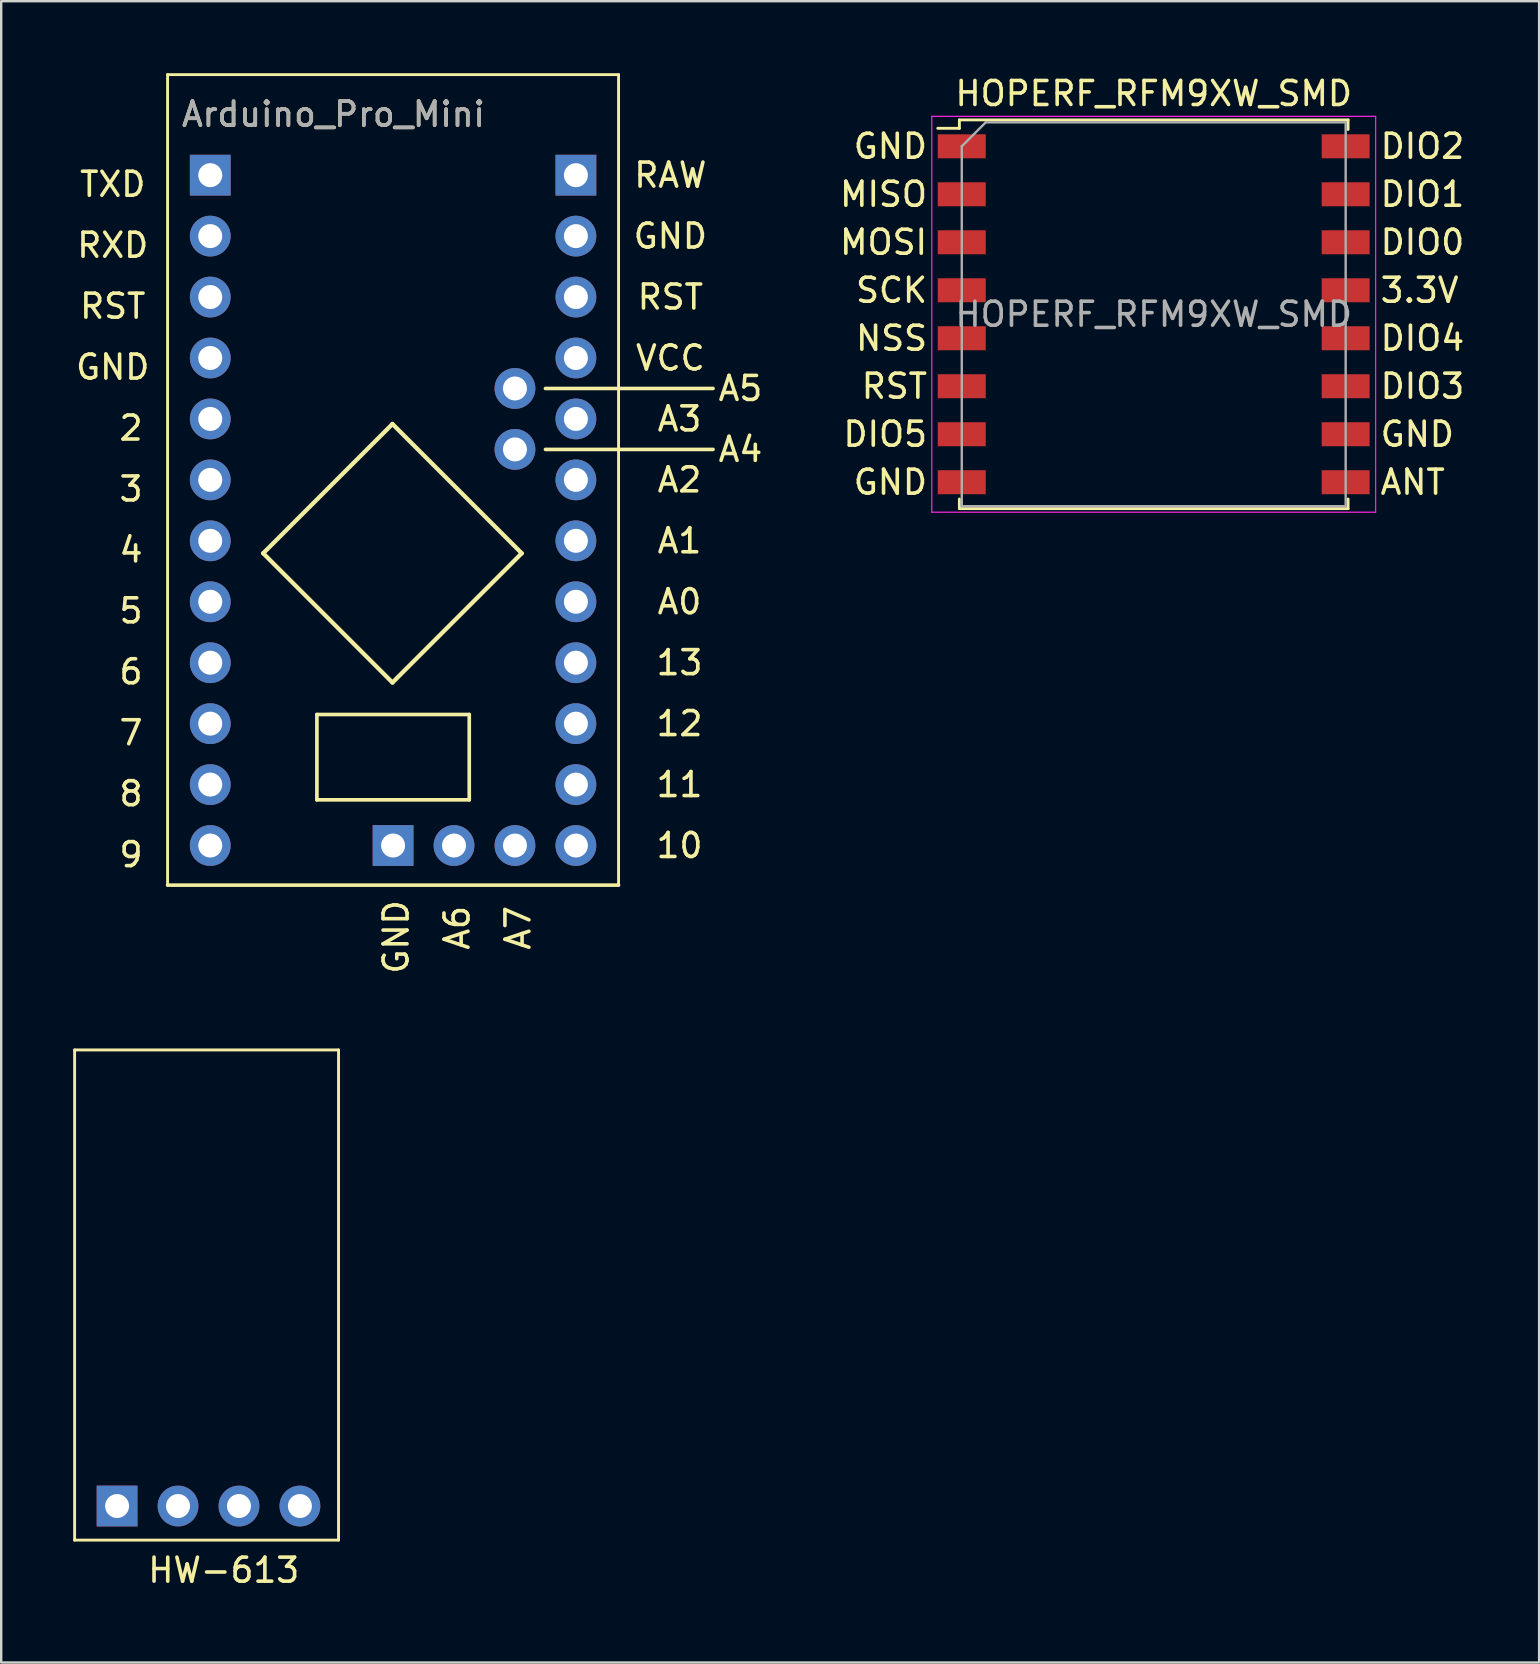
<source format=kicad_pcb>
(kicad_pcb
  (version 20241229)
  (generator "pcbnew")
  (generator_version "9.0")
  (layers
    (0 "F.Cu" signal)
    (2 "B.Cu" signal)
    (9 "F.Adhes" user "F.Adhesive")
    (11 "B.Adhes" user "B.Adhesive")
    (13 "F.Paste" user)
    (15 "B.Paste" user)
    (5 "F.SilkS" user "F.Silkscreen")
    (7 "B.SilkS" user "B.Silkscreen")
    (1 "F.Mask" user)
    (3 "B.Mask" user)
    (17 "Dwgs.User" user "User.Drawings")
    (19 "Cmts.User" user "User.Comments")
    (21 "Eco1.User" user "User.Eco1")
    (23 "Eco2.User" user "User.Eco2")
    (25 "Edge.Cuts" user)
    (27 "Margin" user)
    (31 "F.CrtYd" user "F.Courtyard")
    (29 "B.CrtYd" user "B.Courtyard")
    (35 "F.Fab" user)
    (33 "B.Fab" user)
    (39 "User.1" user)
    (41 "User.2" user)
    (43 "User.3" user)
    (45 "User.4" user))
  (footprint "HOPERF_RFM9XW_SMD"
    (layer "F.Cu")
    (at 45.036 10.048)
    (property "Reference" "HOPERF_RFM9XW_SMD" (at 0 -9.2 0) (layer "F.SilkS") (effects (font (size 1 1) (thickness 0.15))))
    (attr smd)
    (fp_line (start -8.1 -8.1) (end -8.1 -7.75) (stroke (width 0.12) (type solid)) (layer "F.SilkS"))
    (fp_line (start -8.1 -8.1) (end 8.1 -8.1) (stroke (width 0.12) (type solid)) (layer "F.SilkS"))
    (fp_line (start -8.1 -7.75) (end -9 -7.75) (stroke (width 0.12) (type solid)) (layer "F.SilkS"))
    (fp_line (start -8.1 7.7) (end -8.1 8.1) (stroke (width 0.12) (type solid)) (layer "F.SilkS"))
    (fp_line (start -8.1 8.1) (end 8.1 8.1) (stroke (width 0.12) (type solid)) (layer "F.SilkS"))
    (fp_line (start 8.1 -8.1) (end 8.1 -7.7) (stroke (width 0.12) (type solid)) (layer "F.SilkS"))
    (fp_line (start 8.1 8.1) (end 8.1 7.7) (stroke (width 0.12) (type solid)) (layer "F.SilkS"))
    (fp_line (start -9.25 -8.25) (end 9.25 -8.25) (stroke (width 0.05) (type solid)) (layer "F.CrtYd"))
    (fp_line (start -9.25 8.25) (end -9.25 -8.25) (stroke (width 0.05) (type solid)) (layer "F.CrtYd"))
    (fp_line (start -9.25 8.25) (end 9.25 8.25) (stroke (width 0.05) (type solid)) (layer "F.CrtYd"))
    (fp_line (start 9.25 -8.25) (end 9.25 8.25) (stroke (width 0.05) (type solid)) (layer "F.CrtYd"))
    (fp_line (start -8 8) (end -8 -7) (stroke (width 0.1) (type solid)) (layer "F.Fab"))
    (fp_line (start -8 8) (end 8 8) (stroke (width 0.1) (type solid)) (layer "F.Fab"))
    (fp_line (start -7 -8) (end -8 -7) (stroke (width 0.1) (type solid)) (layer "F.Fab"))
    (fp_line (start -7 -8) (end 8 -8) (stroke (width 0.1) (type solid)) (layer "F.Fab"))
    (fp_line (start 8 8) (end 8 -8) (stroke (width 0.1) (type solid)) (layer "F.Fab"))
    (fp_text user "DIO5" (at -11.189 5 0) (layer "F.SilkS") (effects (font (size 1 1) (thickness 0.15))))
    (fp_text user "3.3V" (at 11.081 -1 0) (layer "F.SilkS") (effects (font (size 1 1) (thickness 0.15))))
    (fp_text user "DIO3" (at 11.2 3 0) (layer "F.SilkS") (effects (font (size 1 1) (thickness 0.15))))
    (fp_text user "DIO4" (at 11.2 1 0) (layer "F.SilkS") (effects (font (size 1 1) (thickness 0.15))))
    (fp_text user "MISO" (at -11.261 -5 0) (layer "F.SilkS") (effects (font (size 1 1) (thickness 0.15))))
    (fp_text user "GND" (at -10.975 7 0) (layer "F.SilkS") (effects (font (size 1 1) (thickness 0.15))))
    (fp_text user "DIO2" (at 11.2 -7 0) (layer "F.SilkS") (effects (font (size 1 1) (thickness 0.15))))
    (fp_text user "NSS" (at -10.927 1 0) (layer "F.SilkS") (effects (font (size 1 1) (thickness 0.15))))
    (fp_text user "MOSI" (at -11.261 -3 0) (layer "F.SilkS") (effects (font (size 1 1) (thickness 0.15))))
    (fp_text user "ANT" (at 10.795 7 0) (layer "F.SilkS") (effects (font (size 1 1) (thickness 0.15))))
    (fp_text user "DIO0" (at 11.2 -3 0) (layer "F.SilkS") (effects (font (size 1 1) (thickness 0.15))))
    (fp_text user "SCK" (at -10.927 -1 0) (layer "F.SilkS") (effects (font (size 1 1) (thickness 0.15))))
    (fp_text user "GND" (at -10.975 -7 0) (layer "F.SilkS") (effects (font (size 1 1) (thickness 0.15))))
    (fp_text user "GND" (at 10.986 5 0) (layer "F.SilkS") (effects (font (size 1 1) (thickness 0.15))))
    (fp_text user "DIO1" (at 11.2 -5 0) (layer "F.SilkS") (effects (font (size 1 1) (thickness 0.15))))
    (fp_text user "RST" (at -10.808 3 0) (layer "F.SilkS") (effects (font (size 1 1) (thickness 0.15))))
    (fp_text user "${REFERENCE}" (at 0 0 0) (layer "F.Fab") (effects (font (size 1 1) (thickness 0.15))))
    (pad "1" smd rect (at -8 -7) (size 2 1) (layers "F.Cu" "F.Mask" "F.Paste"))
    (pad "2" smd rect (at -8 -5) (size 2 1) (layers "F.Cu" "F.Mask" "F.Paste"))
    (pad "3" smd rect (at -8 -3) (size 2 1) (layers "F.Cu" "F.Mask" "F.Paste"))
    (pad "4" smd rect (at -8 -1) (size 2 1) (layers "F.Cu" "F.Mask" "F.Paste"))
    (pad "5" smd rect (at -8 1) (size 2 1) (layers "F.Cu" "F.Mask" "F.Paste"))
    (pad "6" smd rect (at -8 3) (size 2 1) (layers "F.Cu" "F.Mask" "F.Paste"))
    (pad "7" smd rect (at -8 5) (size 2 1) (layers "F.Cu" "F.Mask" "F.Paste"))
    (pad "8" smd rect (at -8 7) (size 2 1) (layers "F.Cu" "F.Mask" "F.Paste"))
    (pad "9" smd rect (at 8 7) (size 2 1) (layers "F.Cu" "F.Mask" "F.Paste"))
    (pad "10" smd rect (at 8 5) (size 2 1) (layers "F.Cu" "F.Mask" "F.Paste"))
    (pad "11" smd rect (at 8 3) (size 2 1) (layers "F.Cu" "F.Mask" "F.Paste"))
    (pad "12" smd rect (at 8 1) (size 2 1) (layers "F.Cu" "F.Mask" "F.Paste"))
    (pad "13" smd rect (at 8 -1) (size 2 1) (layers "F.Cu" "F.Mask" "F.Paste"))
    (pad "14" smd rect (at 8 -3) (size 2 1) (layers "F.Cu" "F.Mask" "F.Paste"))
    (pad "15" smd rect (at 8 -5) (size 2 1) (layers "F.Cu" "F.Mask" "F.Paste"))
    (pad "16" smd rect (at 8 -7) (size 2 1) (layers "F.Cu" "F.Mask" "F.Paste")))
  (footprint "HW-613"
    (layer "F.Cu")
    (at 1.83 59.72)
    (property "Reference" "HW-613" (at 4.445 2.675 0) (layer "F.SilkS") (effects (font (size 1 1) (thickness 0.15))))
    (attr through_hole)
    (fp_line (start -1.77 -19.01) (end 9.23 -19.01) (stroke (width 0.12) (type solid)) (layer "F.SilkS"))
    (fp_line (start -1.77 1.42) (end -1.77 -19.01) (stroke (width 0.12) (type solid)) (layer "F.SilkS"))
    (fp_line (start 9.23 -19.01) (end 9.23 1.42) (stroke (width 0.12) (type solid)) (layer "F.SilkS"))
    (fp_line (start 9.23 1.42) (end -1.77 1.42) (stroke (width 0.12) (type solid)) (layer "F.SilkS"))
    (pad "1" thru_hole rect (at 0 0) (size 1.7 1.7) (drill 1) (layers "*.Cu" "*.Mask"))
    (pad "2" thru_hole circle (at 2.54 0) (size 1.7 1.7) (drill 1) (layers "*.Cu" "*.Mask"))
    (pad "3" thru_hole circle (at 5.08 0) (size 1.7 1.7) (drill 1) (layers "*.Cu" "*.Mask"))
    (pad "4" thru_hole circle (at 7.62 0) (size 1.7 1.7) (drill 1) (layers "*.Cu" "*.Mask")))
  (footprint "Arduino_Pro_Mini"
    (layer "F.Cu")
    (at 13.333 16.951)
    (property "Reference" "Arduino_Pro_Mini" (at -8.89 -15.24 0) (layer "F.SilkS") (effects (font (size 1 1) (thickness 0.15)) (justify left)))
    (attr through_hole)
    (fp_line (start -9.398 -16.891) (end 9.398 -16.891) (stroke (width 0.12) (type solid)) (layer "F.SilkS"))
    (fp_line (start -9.398 16.891) (end -9.398 -16.891) (stroke (width 0.12) (type solid)) (layer "F.SilkS"))
    (fp_line (start -5.414 3.059) (end -0.026 -2.329) (stroke (width 0.178) (type solid)) (layer "F.SilkS"))
    (fp_line (start -5.414 3.059) (end -0.026 8.447) (stroke (width 0.178) (type solid)) (layer "F.SilkS"))
    (fp_line (start -3.175 9.779) (end -3.175 13.335) (stroke (width 0.152) (type solid)) (layer "F.SilkS"))
    (fp_line (start -3.175 13.335) (end 3.175 13.335) (stroke (width 0.152) (type solid)) (layer "F.SilkS"))
    (fp_line (start -0.026 -2.329) (end 5.362 3.059) (stroke (width 0.178) (type solid)) (layer "F.SilkS"))
    (fp_line (start -0.026 8.447) (end 5.362 3.059) (stroke (width 0.178) (type solid)) (layer "F.SilkS"))
    (fp_line (start 3.175 9.779) (end -3.175 9.779) (stroke (width 0.152) (type solid)) (layer "F.SilkS"))
    (fp_line (start 3.175 9.779) (end 3.175 13.335) (stroke (width 0.152) (type solid)) (layer "F.SilkS"))
    (fp_line (start 6.35 -3.81) (end 13.335 -3.81) (stroke (width 0.152) (type solid)) (layer "F.SilkS"))
    (fp_line (start 6.35 -1.27) (end 13.335 -1.27) (stroke (width 0.152) (type solid)) (layer "F.SilkS"))
    (fp_line (start 9.398 -16.891) (end 9.398 16.891) (stroke (width 0.12) (type solid)) (layer "F.SilkS"))
    (fp_line (start 9.398 16.891) (end -9.398 16.891) (stroke (width 0.15) (type solid)) (layer "F.SilkS"))
    (fp_text user "  5" (at -11.684 5.461 0) (layer "F.SilkS") (effects (font (size 1 1) (thickness 0.15))))
    (fp_text user " A7" (at 5.207 19.05 90) (layer "F.SilkS") (effects (font (size 1 1) (thickness 0.15))))
    (fp_text user " 12" (at 11.557 10.16 0) (layer "F.SilkS") (effects (font (size 1 1) (thickness 0.15))))
    (fp_text user "RST" (at -11.684 -7.239 0) (layer "F.SilkS") (effects (font (size 1 1) (thickness 0.15))))
    (fp_text user "TXD" (at -11.684 -12.319 0) (layer "F.SilkS") (effects (font (size 1 1) (thickness 0.15))))
    (fp_text user "  9" (at -11.684 15.621 0) (layer "F.SilkS") (effects (font (size 1 1) (thickness 0.15))))
    (fp_text user "VCC" (at 11.557 -5.08 0) (layer "F.SilkS") (effects (font (size 1 1) (thickness 0.15))))
    (fp_text user " 10" (at 11.557 15.24 0) (layer "F.SilkS") (effects (font (size 1 1) (thickness 0.15))))
    (fp_text user "RAW" (at 11.557 -12.7 0) (layer "F.SilkS") (effects (font (size 1 1) (thickness 0.15))))
    (fp_text user "GND" (at 11.557 -10.16 0) (layer "F.SilkS") (effects (font (size 1 1) (thickness 0.15))))
    (fp_text user "  2" (at -11.684 -2.159 0) (layer "F.SilkS") (effects (font (size 1 1) (thickness 0.15))))
    (fp_text user "  8" (at -11.684 13.081 0) (layer "F.SilkS") (effects (font (size 1 1) (thickness 0.15))))
    (fp_text user " A5" (at 14.097 -3.81 0) (layer "F.SilkS") (effects (font (size 1 1) (thickness 0.15))))
    (fp_text user "  3" (at -11.684 0.381 0) (layer "F.SilkS") (effects (font (size 1 1) (thickness 0.15))))
    (fp_text user "GND" (at 0.127 19.05 90) (layer "F.SilkS") (effects (font (size 1 1) (thickness 0.15))))
    (fp_text user "RXD" (at -11.684 -9.779 0) (layer "F.SilkS") (effects (font (size 1 1) (thickness 0.15))))
    (fp_text user " 11" (at 11.557 12.7 0) (layer "F.SilkS") (effects (font (size 1 1) (thickness 0.15))))
    (fp_text user " A3" (at 11.557 -2.54 0) (layer "F.SilkS") (effects (font (size 1 1) (thickness 0.15))))
    (fp_text user "  7" (at -11.684 10.541 0) (layer "F.SilkS") (effects (font (size 1 1) (thickness 0.15))))
    (fp_text user "RST" (at 11.557 -7.62 0) (layer "F.SilkS") (effects (font (size 1 1) (thickness 0.15))))
    (fp_text user "  4" (at -11.684 2.921 0) (layer "F.SilkS") (effects (font (size 1 1) (thickness 0.15))))
    (fp_text user " A1" (at 11.557 2.54 0) (layer "F.SilkS") (effects (font (size 1 1) (thickness 0.15))))
    (fp_text user " 13" (at 11.557 7.62 0) (layer "F.SilkS") (effects (font (size 1 1) (thickness 0.15))))
    (fp_text user "  6" (at -11.684 8.001 0) (layer "F.SilkS") (effects (font (size 1 1) (thickness 0.15))))
    (fp_text user " A2" (at 11.557 0 0) (layer "F.SilkS") (effects (font (size 1 1) (thickness 0.15))))
    (fp_text user "GND" (at -11.684 -4.699 0) (layer "F.SilkS") (effects (font (size 1 1) (thickness 0.15))))
    (fp_text user " A0" (at 11.557 5.08 0) (layer "F.SilkS") (effects (font (size 1 1) (thickness 0.15))))
    (fp_text user " A6" (at 2.667 19.05 90) (layer "F.SilkS") (effects (font (size 1 1) (thickness 0.15))))
    (fp_text user " A4" (at 14.097 -1.27 0) (layer "F.SilkS") (effects (font (size 1 1) (thickness 0.15))))
    (fp_text user "${REFERENCE}" (at -8.89 -15.24 0) (layer "F.Fab") (effects (font (size 1 1) (thickness 0.15)) (justify left)))
    (pad "1" thru_hole rect (at -7.62 -12.7) (size 1.7 1.7) (drill 1) (layers "*.Cu" "*.Mask"))
    (pad "2" thru_hole circle (at -7.62 -10.16) (size 1.7 1.7) (drill 1) (layers "*.Cu" "*.Mask"))
    (pad "3" thru_hole circle (at -7.62 -7.62) (size 1.7 1.7) (drill 1) (layers "*.Cu" "*.Mask"))
    (pad "4" thru_hole circle (at -7.62 -5.08) (size 1.7 1.7) (drill 1) (layers "*.Cu" "*.Mask"))
    (pad "5" thru_hole circle (at -7.62 -2.54) (size 1.7 1.7) (drill 1) (layers "*.Cu" "*.Mask"))
    (pad "6" thru_hole circle (at -7.62 0) (size 1.7 1.7) (drill 1) (layers "*.Cu" "*.Mask"))
    (pad "7" thru_hole circle (at -7.62 2.54) (size 1.7 1.7) (drill 1) (layers "*.Cu" "*.Mask"))
    (pad "8" thru_hole circle (at -7.62 5.08) (size 1.7 1.7) (drill 1) (layers "*.Cu" "*.Mask"))
    (pad "9" thru_hole circle (at -7.62 7.62) (size 1.7 1.7) (drill 1) (layers "*.Cu" "*.Mask"))
    (pad "10" thru_hole circle (at -7.62 10.16) (size 1.7 1.7) (drill 1) (layers "*.Cu" "*.Mask"))
    (pad "11" thru_hole circle (at -7.62 12.7) (size 1.7 1.7) (drill 1) (layers "*.Cu" "*.Mask"))
    (pad "12" thru_hole circle (at -7.62 15.24) (size 1.7 1.7) (drill 1) (layers "*.Cu" "*.Mask"))
    (pad "13" thru_hole rect (at 7.62 -12.7) (size 1.7 1.7) (drill 1) (layers "*.Cu" "*.Mask"))
    (pad "14" thru_hole circle (at 7.62 -10.16) (size 1.7 1.7) (drill 1) (layers "*.Cu" "*.Mask"))
    (pad "15" thru_hole circle (at 7.62 -7.62) (size 1.7 1.7) (drill 1) (layers "*.Cu" "*.Mask"))
    (pad "16" thru_hole circle (at 7.62 -5.08) (size 1.7 1.7) (drill 1) (layers "*.Cu" "*.Mask"))
    (pad "17" thru_hole circle (at 7.62 -2.54) (size 1.7 1.7) (drill 1) (layers "*.Cu" "*.Mask"))
    (pad "18" thru_hole circle (at 7.62 0) (size 1.7 1.7) (drill 1) (layers "*.Cu" "*.Mask"))
    (pad "19" thru_hole circle (at 7.62 2.54) (size 1.7 1.7) (drill 1) (layers "*.Cu" "*.Mask"))
    (pad "20" thru_hole circle (at 7.62 5.08) (size 1.7 1.7) (drill 1) (layers "*.Cu" "*.Mask"))
    (pad "21" thru_hole circle (at 7.62 7.62) (size 1.7 1.7) (drill 1) (layers "*.Cu" "*.Mask"))
    (pad "22" thru_hole circle (at 7.62 10.16) (size 1.7 1.7) (drill 1) (layers "*.Cu" "*.Mask"))
    (pad "23" thru_hole circle (at 7.62 12.7) (size 1.7 1.7) (drill 1) (layers "*.Cu" "*.Mask"))
    (pad "24" thru_hole circle (at 7.62 15.24) (size 1.7 1.7) (drill 1) (layers "*.Cu" "*.Mask"))
    (pad "25" thru_hole circle (at 5.08 -3.81) (size 1.7 1.7) (drill 1) (layers "*.Cu" "*.Mask"))
    (pad "26" thru_hole circle (at 5.08 -1.27) (size 1.7 1.7) (drill 1) (layers "*.Cu" "*.Mask"))
    (pad "27" thru_hole rect (at 0 15.24) (size 1.7 1.7) (drill 1) (layers "*.Cu" "*.Mask"))
    (pad "28" thru_hole circle (at 2.54 15.24) (size 1.7 1.7) (drill 1) (layers "*.Cu" "*.Mask"))
    (pad "29" thru_hole circle (at 5.08 15.24) (size 1.7 1.7) (drill 1) (layers "*.Cu" "*.Mask")))
  (gr_rect
    (start -3 -3)
    (end 61.099 66.243)
    (stroke (width 0.1) (type default))
    (fill no)
    (layer "Edge.Cuts")))
</source>
